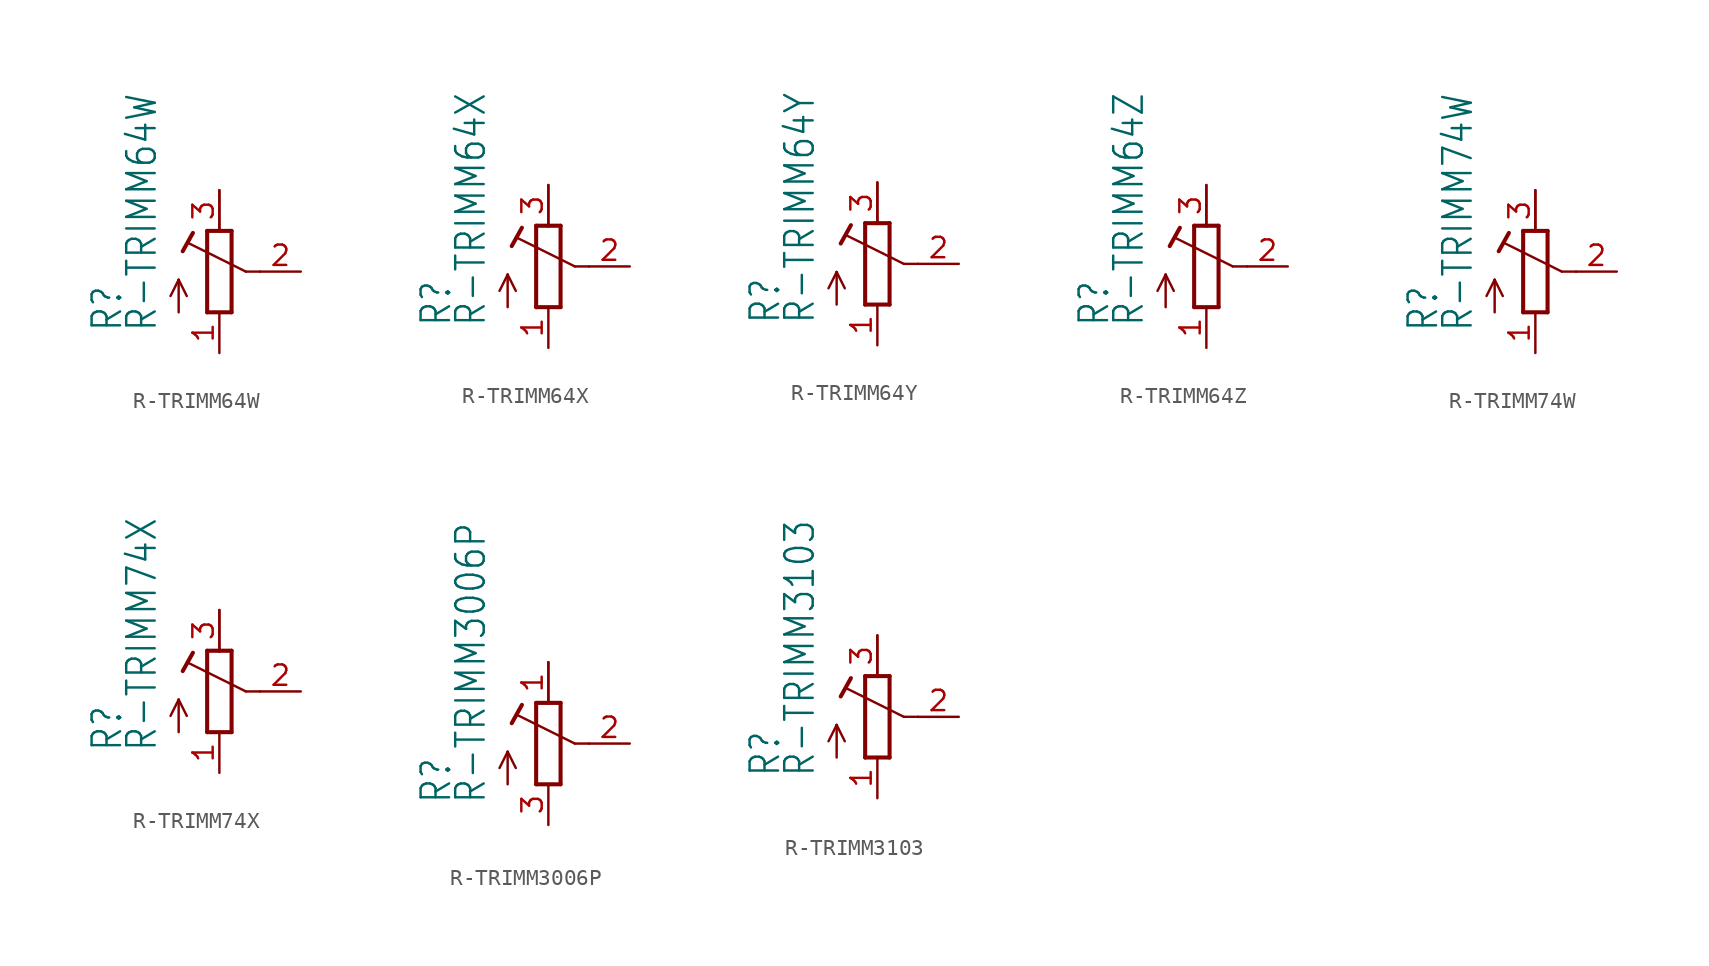
<source format=kicad_sym>
(kicad_symbol_lib
  (version 20211014)
  (generator kicad_symbol_editor)
  (symbol "R-TRIMM64W"
    (property "Reference" "R"
      (at -5.969 -3.81 90)
      (effects (font (size 1.778 1.511)) (justify left bottom)))
    (property "Value" "R-TRIMM64W"
      (at -3.81 -3.81 90)
      (effects (font (size 1.778 1.511)) (justify left bottom)))
    (property "ki_locked" ""
      (at 0 0 0)
      (effects (font (size 1.27 1.27))))
    (symbol "R-TRIMM64W_1_0"
      (polyline (pts (xy -2.54 -2.54) (xy -2.54 -0.508)) (stroke (width 0.152) (type default) (color 0 0 0 0)) (fill (type none)))
      (polyline (pts (xy -2.54 -0.508) (xy -3.048 -1.524)) (stroke (width 0.152) (type default) (color 0 0 0 0)) (fill (type none)))
      (polyline (pts (xy -2.54 -0.508) (xy -2.032 -1.524)) (stroke (width 0.152) (type default) (color 0 0 0 0)) (fill (type none)))
      (polyline (pts (xy -2.286 1.27) (xy -1.651 2.413)) (stroke (width 0.254) (type default) (color 0 0 0 0)) (fill (type none)))
      (polyline (pts (xy -0.762 -2.54) (xy 0.762 -2.54)) (stroke (width 0.254) (type default) (color 0 0 0 0)) (fill (type none)))
      (polyline (pts (xy -0.762 2.54) (xy -0.762 -2.54)) (stroke (width 0.254) (type default) (color 0 0 0 0)) (fill (type none)))
      (polyline (pts (xy 0 2.54) (xy -0.762 2.54)) (stroke (width 0.254) (type default) (color 0 0 0 0)) (fill (type none)))
      (polyline (pts (xy 0 2.54) (xy 0 5.08)) (stroke (width 0.152) (type default) (color 0 0 0 0)) (fill (type none)))
      (polyline (pts (xy 0.762 -2.54) (xy 0.762 2.54)) (stroke (width 0.254) (type default) (color 0 0 0 0)) (fill (type none)))
      (polyline (pts (xy 0.762 2.54) (xy 0 2.54)) (stroke (width 0.254) (type default) (color 0 0 0 0)) (fill (type none)))
      (polyline (pts (xy 1.651 0) (xy -1.88 1.753)) (stroke (width 0.152) (type default) (color 0 0 0 0)) (fill (type none)))
      (polyline (pts (xy 2.54 0) (xy 1.651 0)) (stroke (width 0.152) (type default) (color 0 0 0 0)) (fill (type none)))
      (pin passive line (at 0 -5.08 90) (length 2.54) (name "E" (effects (font (size 0 0)))) (number "1" (effects (font (size 1.27 1.27)))))
      (pin passive line (at 5.08 0 180) (length 2.54) (name "S" (effects (font (size 0 0)))) (number "2" (effects (font (size 1.27 1.27)))))
      (pin passive line (at 0 5.08 270) (length 2.54) (name "A" (effects (font (size 0 0)))) (number "3" (effects (font (size 1.27 1.27)))))))
  (symbol "R-TRIMM64X"
    (property "Reference" "R"
      (at -5.969 -3.81 90)
      (effects (font (size 1.778 1.511)) (justify left bottom)))
    (property "Value" "R-TRIMM64X"
      (at -3.81 -3.81 90)
      (effects (font (size 1.778 1.511)) (justify left bottom)))
    (property "ki_locked" ""
      (at 0 0 0)
      (effects (font (size 1.27 1.27))))
    (symbol "R-TRIMM64X_1_0"
      (polyline (pts (xy -2.54 -2.54) (xy -2.54 -0.508)) (stroke (width 0.152) (type default) (color 0 0 0 0)) (fill (type none)))
      (polyline (pts (xy -2.54 -0.508) (xy -3.048 -1.524)) (stroke (width 0.152) (type default) (color 0 0 0 0)) (fill (type none)))
      (polyline (pts (xy -2.54 -0.508) (xy -2.032 -1.524)) (stroke (width 0.152) (type default) (color 0 0 0 0)) (fill (type none)))
      (polyline (pts (xy -2.286 1.27) (xy -1.651 2.413)) (stroke (width 0.254) (type default) (color 0 0 0 0)) (fill (type none)))
      (polyline (pts (xy -0.762 -2.54) (xy 0.762 -2.54)) (stroke (width 0.254) (type default) (color 0 0 0 0)) (fill (type none)))
      (polyline (pts (xy -0.762 2.54) (xy -0.762 -2.54)) (stroke (width 0.254) (type default) (color 0 0 0 0)) (fill (type none)))
      (polyline (pts (xy 0 2.54) (xy -0.762 2.54)) (stroke (width 0.254) (type default) (color 0 0 0 0)) (fill (type none)))
      (polyline (pts (xy 0 2.54) (xy 0 5.08)) (stroke (width 0.152) (type default) (color 0 0 0 0)) (fill (type none)))
      (polyline (pts (xy 0.762 -2.54) (xy 0.762 2.54)) (stroke (width 0.254) (type default) (color 0 0 0 0)) (fill (type none)))
      (polyline (pts (xy 0.762 2.54) (xy 0 2.54)) (stroke (width 0.254) (type default) (color 0 0 0 0)) (fill (type none)))
      (polyline (pts (xy 1.651 0) (xy -1.88 1.753)) (stroke (width 0.152) (type default) (color 0 0 0 0)) (fill (type none)))
      (polyline (pts (xy 2.54 0) (xy 1.651 0)) (stroke (width 0.152) (type default) (color 0 0 0 0)) (fill (type none)))
      (pin passive line (at 0 -5.08 90) (length 2.54) (name "E" (effects (font (size 0 0)))) (number "1" (effects (font (size 1.27 1.27)))))
      (pin passive line (at 5.08 0 180) (length 2.54) (name "S" (effects (font (size 0 0)))) (number "2" (effects (font (size 1.27 1.27)))))
      (pin passive line (at 0 5.08 270) (length 2.54) (name "A" (effects (font (size 0 0)))) (number "3" (effects (font (size 1.27 1.27)))))))
  (symbol "R-TRIMM64Y"
    (property "Reference" "R"
      (at -5.969 -3.81 90)
      (effects (font (size 1.778 1.511)) (justify left bottom)))
    (property "Value" "R-TRIMM64Y"
      (at -3.81 -3.81 90)
      (effects (font (size 1.778 1.511)) (justify left bottom)))
    (property "ki_locked" ""
      (at 0 0 0)
      (effects (font (size 1.27 1.27))))
    (symbol "R-TRIMM64Y_1_0"
      (polyline (pts (xy -2.54 -2.54) (xy -2.54 -0.508)) (stroke (width 0.152) (type default) (color 0 0 0 0)) (fill (type none)))
      (polyline (pts (xy -2.54 -0.508) (xy -3.048 -1.524)) (stroke (width 0.152) (type default) (color 0 0 0 0)) (fill (type none)))
      (polyline (pts (xy -2.54 -0.508) (xy -2.032 -1.524)) (stroke (width 0.152) (type default) (color 0 0 0 0)) (fill (type none)))
      (polyline (pts (xy -2.286 1.27) (xy -1.651 2.413)) (stroke (width 0.254) (type default) (color 0 0 0 0)) (fill (type none)))
      (polyline (pts (xy -0.762 -2.54) (xy 0.762 -2.54)) (stroke (width 0.254) (type default) (color 0 0 0 0)) (fill (type none)))
      (polyline (pts (xy -0.762 2.54) (xy -0.762 -2.54)) (stroke (width 0.254) (type default) (color 0 0 0 0)) (fill (type none)))
      (polyline (pts (xy 0 2.54) (xy -0.762 2.54)) (stroke (width 0.254) (type default) (color 0 0 0 0)) (fill (type none)))
      (polyline (pts (xy 0 2.54) (xy 0 5.08)) (stroke (width 0.152) (type default) (color 0 0 0 0)) (fill (type none)))
      (polyline (pts (xy 0.762 -2.54) (xy 0.762 2.54)) (stroke (width 0.254) (type default) (color 0 0 0 0)) (fill (type none)))
      (polyline (pts (xy 0.762 2.54) (xy 0 2.54)) (stroke (width 0.254) (type default) (color 0 0 0 0)) (fill (type none)))
      (polyline (pts (xy 1.651 0) (xy -1.88 1.753)) (stroke (width 0.152) (type default) (color 0 0 0 0)) (fill (type none)))
      (polyline (pts (xy 2.54 0) (xy 1.651 0)) (stroke (width 0.152) (type default) (color 0 0 0 0)) (fill (type none)))
      (pin passive line (at 0 -5.08 90) (length 2.54) (name "E" (effects (font (size 0 0)))) (number "1" (effects (font (size 1.27 1.27)))))
      (pin passive line (at 5.08 0 180) (length 2.54) (name "S" (effects (font (size 0 0)))) (number "2" (effects (font (size 1.27 1.27)))))
      (pin passive line (at 0 5.08 270) (length 2.54) (name "A" (effects (font (size 0 0)))) (number "3" (effects (font (size 1.27 1.27)))))))
  (symbol "R-TRIMM64Z"
    (property "Reference" "R"
      (at -5.969 -3.81 90)
      (effects (font (size 1.778 1.511)) (justify left bottom)))
    (property "Value" "R-TRIMM64Z"
      (at -3.81 -3.81 90)
      (effects (font (size 1.778 1.511)) (justify left bottom)))
    (property "ki_locked" ""
      (at 0 0 0)
      (effects (font (size 1.27 1.27))))
    (symbol "R-TRIMM64Z_1_0"
      (polyline (pts (xy -2.54 -2.54) (xy -2.54 -0.508)) (stroke (width 0.152) (type default) (color 0 0 0 0)) (fill (type none)))
      (polyline (pts (xy -2.54 -0.508) (xy -3.048 -1.524)) (stroke (width 0.152) (type default) (color 0 0 0 0)) (fill (type none)))
      (polyline (pts (xy -2.54 -0.508) (xy -2.032 -1.524)) (stroke (width 0.152) (type default) (color 0 0 0 0)) (fill (type none)))
      (polyline (pts (xy -2.286 1.27) (xy -1.651 2.413)) (stroke (width 0.254) (type default) (color 0 0 0 0)) (fill (type none)))
      (polyline (pts (xy -0.762 -2.54) (xy 0.762 -2.54)) (stroke (width 0.254) (type default) (color 0 0 0 0)) (fill (type none)))
      (polyline (pts (xy -0.762 2.54) (xy -0.762 -2.54)) (stroke (width 0.254) (type default) (color 0 0 0 0)) (fill (type none)))
      (polyline (pts (xy 0 2.54) (xy -0.762 2.54)) (stroke (width 0.254) (type default) (color 0 0 0 0)) (fill (type none)))
      (polyline (pts (xy 0 2.54) (xy 0 5.08)) (stroke (width 0.152) (type default) (color 0 0 0 0)) (fill (type none)))
      (polyline (pts (xy 0.762 -2.54) (xy 0.762 2.54)) (stroke (width 0.254) (type default) (color 0 0 0 0)) (fill (type none)))
      (polyline (pts (xy 0.762 2.54) (xy 0 2.54)) (stroke (width 0.254) (type default) (color 0 0 0 0)) (fill (type none)))
      (polyline (pts (xy 1.651 0) (xy -1.88 1.753)) (stroke (width 0.152) (type default) (color 0 0 0 0)) (fill (type none)))
      (polyline (pts (xy 2.54 0) (xy 1.651 0)) (stroke (width 0.152) (type default) (color 0 0 0 0)) (fill (type none)))
      (pin passive line (at 0 -5.08 90) (length 2.54) (name "E" (effects (font (size 0 0)))) (number "1" (effects (font (size 1.27 1.27)))))
      (pin passive line (at 5.08 0 180) (length 2.54) (name "S" (effects (font (size 0 0)))) (number "2" (effects (font (size 1.27 1.27)))))
      (pin passive line (at 0 5.08 270) (length 2.54) (name "A" (effects (font (size 0 0)))) (number "3" (effects (font (size 1.27 1.27)))))))
  (symbol "R-TRIMM74W"
    (property "Reference" "R"
      (at -5.969 -3.81 90)
      (effects (font (size 1.778 1.511)) (justify left bottom)))
    (property "Value" "R-TRIMM74W"
      (at -3.81 -3.81 90)
      (effects (font (size 1.778 1.511)) (justify left bottom)))
    (property "ki_locked" ""
      (at 0 0 0)
      (effects (font (size 1.27 1.27))))
    (symbol "R-TRIMM74W_1_0"
      (polyline (pts (xy -2.54 -2.54) (xy -2.54 -0.508)) (stroke (width 0.152) (type default) (color 0 0 0 0)) (fill (type none)))
      (polyline (pts (xy -2.54 -0.508) (xy -3.048 -1.524)) (stroke (width 0.152) (type default) (color 0 0 0 0)) (fill (type none)))
      (polyline (pts (xy -2.54 -0.508) (xy -2.032 -1.524)) (stroke (width 0.152) (type default) (color 0 0 0 0)) (fill (type none)))
      (polyline (pts (xy -2.286 1.27) (xy -1.651 2.413)) (stroke (width 0.254) (type default) (color 0 0 0 0)) (fill (type none)))
      (polyline (pts (xy -0.762 -2.54) (xy 0.762 -2.54)) (stroke (width 0.254) (type default) (color 0 0 0 0)) (fill (type none)))
      (polyline (pts (xy -0.762 2.54) (xy -0.762 -2.54)) (stroke (width 0.254) (type default) (color 0 0 0 0)) (fill (type none)))
      (polyline (pts (xy 0 2.54) (xy -0.762 2.54)) (stroke (width 0.254) (type default) (color 0 0 0 0)) (fill (type none)))
      (polyline (pts (xy 0 2.54) (xy 0 5.08)) (stroke (width 0.152) (type default) (color 0 0 0 0)) (fill (type none)))
      (polyline (pts (xy 0.762 -2.54) (xy 0.762 2.54)) (stroke (width 0.254) (type default) (color 0 0 0 0)) (fill (type none)))
      (polyline (pts (xy 0.762 2.54) (xy 0 2.54)) (stroke (width 0.254) (type default) (color 0 0 0 0)) (fill (type none)))
      (polyline (pts (xy 1.651 0) (xy -1.88 1.753)) (stroke (width 0.152) (type default) (color 0 0 0 0)) (fill (type none)))
      (polyline (pts (xy 2.54 0) (xy 1.651 0)) (stroke (width 0.152) (type default) (color 0 0 0 0)) (fill (type none)))
      (pin passive line (at 0 -5.08 90) (length 2.54) (name "E" (effects (font (size 0 0)))) (number "1" (effects (font (size 1.27 1.27)))))
      (pin passive line (at 5.08 0 180) (length 2.54) (name "S" (effects (font (size 0 0)))) (number "2" (effects (font (size 1.27 1.27)))))
      (pin passive line (at 0 5.08 270) (length 2.54) (name "A" (effects (font (size 0 0)))) (number "3" (effects (font (size 1.27 1.27)))))))
  (symbol "R-TRIMM74X"
    (property "Reference" "R"
      (at -5.969 -3.81 90)
      (effects (font (size 1.778 1.511)) (justify left bottom)))
    (property "Value" "R-TRIMM74X"
      (at -3.81 -3.81 90)
      (effects (font (size 1.778 1.511)) (justify left bottom)))
    (property "ki_locked" ""
      (at 0 0 0)
      (effects (font (size 1.27 1.27))))
    (symbol "R-TRIMM74X_1_0"
      (polyline (pts (xy -2.54 -2.54) (xy -2.54 -0.508)) (stroke (width 0.152) (type default) (color 0 0 0 0)) (fill (type none)))
      (polyline (pts (xy -2.54 -0.508) (xy -3.048 -1.524)) (stroke (width 0.152) (type default) (color 0 0 0 0)) (fill (type none)))
      (polyline (pts (xy -2.54 -0.508) (xy -2.032 -1.524)) (stroke (width 0.152) (type default) (color 0 0 0 0)) (fill (type none)))
      (polyline (pts (xy -2.286 1.27) (xy -1.651 2.413)) (stroke (width 0.254) (type default) (color 0 0 0 0)) (fill (type none)))
      (polyline (pts (xy -0.762 -2.54) (xy 0.762 -2.54)) (stroke (width 0.254) (type default) (color 0 0 0 0)) (fill (type none)))
      (polyline (pts (xy -0.762 2.54) (xy -0.762 -2.54)) (stroke (width 0.254) (type default) (color 0 0 0 0)) (fill (type none)))
      (polyline (pts (xy 0 2.54) (xy -0.762 2.54)) (stroke (width 0.254) (type default) (color 0 0 0 0)) (fill (type none)))
      (polyline (pts (xy 0 2.54) (xy 0 5.08)) (stroke (width 0.152) (type default) (color 0 0 0 0)) (fill (type none)))
      (polyline (pts (xy 0.762 -2.54) (xy 0.762 2.54)) (stroke (width 0.254) (type default) (color 0 0 0 0)) (fill (type none)))
      (polyline (pts (xy 0.762 2.54) (xy 0 2.54)) (stroke (width 0.254) (type default) (color 0 0 0 0)) (fill (type none)))
      (polyline (pts (xy 1.651 0) (xy -1.88 1.753)) (stroke (width 0.152) (type default) (color 0 0 0 0)) (fill (type none)))
      (polyline (pts (xy 2.54 0) (xy 1.651 0)) (stroke (width 0.152) (type default) (color 0 0 0 0)) (fill (type none)))
      (pin passive line (at 0 -5.08 90) (length 2.54) (name "E" (effects (font (size 0 0)))) (number "1" (effects (font (size 1.27 1.27)))))
      (pin passive line (at 5.08 0 180) (length 2.54) (name "S" (effects (font (size 0 0)))) (number "2" (effects (font (size 1.27 1.27)))))
      (pin passive line (at 0 5.08 270) (length 2.54) (name "A" (effects (font (size 0 0)))) (number "3" (effects (font (size 1.27 1.27)))))))
  (symbol "R-TRIMM3006P"
    (property "Reference" "R"
      (at -5.969 -3.81 90)
      (effects (font (size 1.778 1.511)) (justify left bottom)))
    (property "Value" "R-TRIMM3006P"
      (at -3.81 -3.81 90)
      (effects (font (size 1.778 1.511)) (justify left bottom)))
    (property "ki_locked" ""
      (at 0 0 0)
      (effects (font (size 1.27 1.27))))
    (symbol "R-TRIMM3006P_1_0"
      (polyline (pts (xy -2.54 -2.54) (xy -2.54 -0.508)) (stroke (width 0.152) (type default) (color 0 0 0 0)) (fill (type none)))
      (polyline (pts (xy -2.54 -0.508) (xy -3.048 -1.524)) (stroke (width 0.152) (type default) (color 0 0 0 0)) (fill (type none)))
      (polyline (pts (xy -2.54 -0.508) (xy -2.032 -1.524)) (stroke (width 0.152) (type default) (color 0 0 0 0)) (fill (type none)))
      (polyline (pts (xy -2.286 1.27) (xy -1.651 2.413)) (stroke (width 0.254) (type default) (color 0 0 0 0)) (fill (type none)))
      (polyline (pts (xy -0.762 -2.54) (xy 0.762 -2.54)) (stroke (width 0.254) (type default) (color 0 0 0 0)) (fill (type none)))
      (polyline (pts (xy -0.762 2.54) (xy -0.762 -2.54)) (stroke (width 0.254) (type default) (color 0 0 0 0)) (fill (type none)))
      (polyline (pts (xy 0 2.54) (xy -0.762 2.54)) (stroke (width 0.254) (type default) (color 0 0 0 0)) (fill (type none)))
      (polyline (pts (xy 0 2.54) (xy 0 5.08)) (stroke (width 0.152) (type default) (color 0 0 0 0)) (fill (type none)))
      (polyline (pts (xy 0.762 -2.54) (xy 0.762 2.54)) (stroke (width 0.254) (type default) (color 0 0 0 0)) (fill (type none)))
      (polyline (pts (xy 0.762 2.54) (xy 0 2.54)) (stroke (width 0.254) (type default) (color 0 0 0 0)) (fill (type none)))
      (polyline (pts (xy 1.651 0) (xy -1.88 1.753)) (stroke (width 0.152) (type default) (color 0 0 0 0)) (fill (type none)))
      (polyline (pts (xy 2.54 0) (xy 1.651 0)) (stroke (width 0.152) (type default) (color 0 0 0 0)) (fill (type none)))
      (pin passive line (at 0 5.08 270) (length 2.54) (name "A" (effects (font (size 0 0)))) (number "1" (effects (font (size 1.27 1.27)))))
      (pin passive line (at 5.08 0 180) (length 2.54) (name "S" (effects (font (size 0 0)))) (number "2" (effects (font (size 1.27 1.27)))))
      (pin passive line (at 0 -5.08 90) (length 2.54) (name "E" (effects (font (size 0 0)))) (number "3" (effects (font (size 1.27 1.27)))))))
  (symbol "R-TRIMM3103"
    (property "Reference" "R"
      (at -5.969 -3.81 90)
      (effects (font (size 1.778 1.511)) (justify left bottom)))
    (property "Value" "R-TRIMM3103"
      (at -3.81 -3.81 90)
      (effects (font (size 1.778 1.511)) (justify left bottom)))
    (property "ki_locked" ""
      (at 0 0 0)
      (effects (font (size 1.27 1.27))))
    (symbol "R-TRIMM3103_1_0"
      (polyline (pts (xy -2.54 -2.54) (xy -2.54 -0.508)) (stroke (width 0.152) (type default) (color 0 0 0 0)) (fill (type none)))
      (polyline (pts (xy -2.54 -0.508) (xy -3.048 -1.524)) (stroke (width 0.152) (type default) (color 0 0 0 0)) (fill (type none)))
      (polyline (pts (xy -2.54 -0.508) (xy -2.032 -1.524)) (stroke (width 0.152) (type default) (color 0 0 0 0)) (fill (type none)))
      (polyline (pts (xy -2.286 1.27) (xy -1.651 2.413)) (stroke (width 0.254) (type default) (color 0 0 0 0)) (fill (type none)))
      (polyline (pts (xy -0.762 -2.54) (xy 0.762 -2.54)) (stroke (width 0.254) (type default) (color 0 0 0 0)) (fill (type none)))
      (polyline (pts (xy -0.762 2.54) (xy -0.762 -2.54)) (stroke (width 0.254) (type default) (color 0 0 0 0)) (fill (type none)))
      (polyline (pts (xy 0 2.54) (xy -0.762 2.54)) (stroke (width 0.254) (type default) (color 0 0 0 0)) (fill (type none)))
      (polyline (pts (xy 0 2.54) (xy 0 5.08)) (stroke (width 0.152) (type default) (color 0 0 0 0)) (fill (type none)))
      (polyline (pts (xy 0.762 -2.54) (xy 0.762 2.54)) (stroke (width 0.254) (type default) (color 0 0 0 0)) (fill (type none)))
      (polyline (pts (xy 0.762 2.54) (xy 0 2.54)) (stroke (width 0.254) (type default) (color 0 0 0 0)) (fill (type none)))
      (polyline (pts (xy 1.651 0) (xy -1.88 1.753)) (stroke (width 0.152) (type default) (color 0 0 0 0)) (fill (type none)))
      (polyline (pts (xy 2.54 0) (xy 1.651 0)) (stroke (width 0.152) (type default) (color 0 0 0 0)) (fill (type none)))
      (pin passive line (at 0 -5.08 90) (length 2.54) (name "E" (effects (font (size 0 0)))) (number "1" (effects (font (size 1.27 1.27)))))
      (pin passive line (at 5.08 0 180) (length 2.54) (name "S" (effects (font (size 0 0)))) (number "2" (effects (font (size 1.27 1.27)))))
      (pin passive line (at 0 5.08 270) (length 2.54) (name "A" (effects (font (size 0 0)))) (number "3" (effects (font (size 1.27 1.27))))))))
</source>
